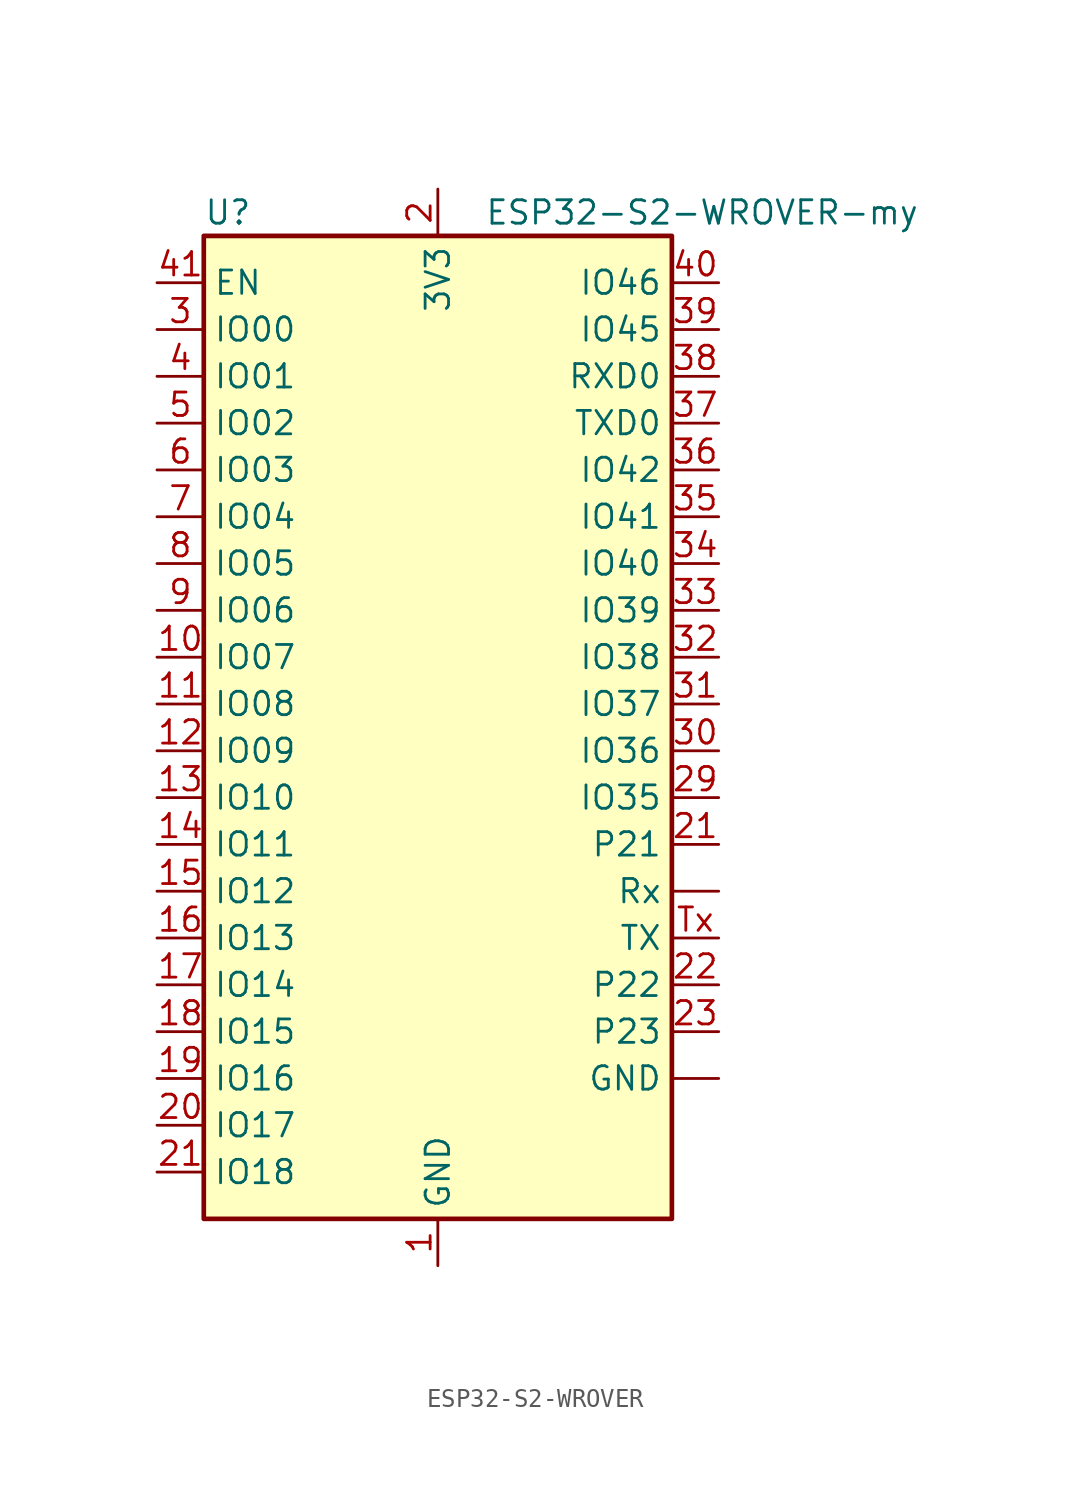
<source format=kicad_sym>
(kicad_symbol_lib
  (version 20241209)
  (generator "kicad_symbol_editor")
  (generator_version "9.0")
  (symbol "ESP32-S2-WROVER"
    (property "Reference" "U"
      (at -12.7 29.21 0)
      (effects (font (size 1.27 1.27)) (justify left)))
    (property "Value" "ESP32-S2-WROVER-my"
      (at 2.54 29.21 0)
      (effects (font (size 1.27 1.27)) (justify left)))
    (symbol "ESP32-S2-WROVER_0_1"
      (rectangle (start -12.7 27.94) (end 12.7 -25.4) (stroke (width 0.254) (type default)) (fill (type background))))
    (symbol "ESP32-S2-WROVER_1_1"
      (pin input line (at -15.24 25.4 0) (length 2.54) (name "EN" (effects (font (size 1.27 1.27)))) (number "41" (effects (font (size 1.27 1.27)))))
      (pin bidirectional line (at -15.24 22.86 0) (length 2.54) (name "IO00" (effects (font (size 1.27 1.27)))) (number "3" (effects (font (size 1.27 1.27)))))
      (pin bidirectional line (at -15.24 20.32 0) (length 2.54) (name "IO01" (effects (font (size 1.27 1.27)))) (number "4" (effects (font (size 1.27 1.27)))))
      (pin bidirectional line (at -15.24 17.78 0) (length 2.54) (name "IO02" (effects (font (size 1.27 1.27)))) (number "5" (effects (font (size 1.27 1.27)))))
      (pin bidirectional line (at -15.24 15.24 0) (length 2.54) (name "IO03" (effects (font (size 1.27 1.27)))) (number "6" (effects (font (size 1.27 1.27)))))
      (pin bidirectional line (at -15.24 12.7 0) (length 2.54) (name "IO04" (effects (font (size 1.27 1.27)))) (number "7" (effects (font (size 1.27 1.27)))))
      (pin bidirectional line (at -15.24 10.16 0) (length 2.54) (name "IO05" (effects (font (size 1.27 1.27)))) (number "8" (effects (font (size 1.27 1.27)))))
      (pin bidirectional line (at -15.24 7.62 0) (length 2.54) (name "IO06" (effects (font (size 1.27 1.27)))) (number "9" (effects (font (size 1.27 1.27)))))
      (pin bidirectional line (at -15.24 5.08 0) (length 2.54) (name "IO07" (effects (font (size 1.27 1.27)))) (number "10" (effects (font (size 1.27 1.27)))))
      (pin bidirectional line (at -15.24 2.54 0) (length 2.54) (name "IO08" (effects (font (size 1.27 1.27)))) (number "11" (effects (font (size 1.27 1.27)))))
      (pin bidirectional line (at -15.24 0 0) (length 2.54) (name "IO09" (effects (font (size 1.27 1.27)))) (number "12" (effects (font (size 1.27 1.27)))))
      (pin bidirectional line (at -15.24 -2.54 0) (length 2.54) (name "IO10" (effects (font (size 1.27 1.27)))) (number "13" (effects (font (size 1.27 1.27)))))
      (pin bidirectional line (at -15.24 -5.08 0) (length 2.54) (name "IO11" (effects (font (size 1.27 1.27)))) (number "14" (effects (font (size 1.27 1.27)))))
      (pin bidirectional line (at -15.24 -7.62 0) (length 2.54) (name "IO12" (effects (font (size 1.27 1.27)))) (number "15" (effects (font (size 1.27 1.27)))))
      (pin bidirectional line (at -15.24 -10.16 0) (length 2.54) (name "IO13" (effects (font (size 1.27 1.27)))) (number "16" (effects (font (size 1.27 1.27)))))
      (pin bidirectional line (at -15.24 -12.7 0) (length 2.54) (name "IO14" (effects (font (size 1.27 1.27)))) (number "17" (effects (font (size 1.27 1.27)))))
      (pin bidirectional line (at -15.24 -15.24 0) (length 2.54) (name "IO15" (effects (font (size 1.27 1.27)))) (number "18" (effects (font (size 1.27 1.27)))))
      (pin bidirectional line (at -15.24 -17.78 0) (length 2.54) (name "IO16" (effects (font (size 1.27 1.27)))) (number "19" (effects (font (size 1.27 1.27)))))
      (pin bidirectional line (at -15.24 -20.32 0) (length 2.54) (name "IO17" (effects (font (size 1.27 1.27)))) (number "20" (effects (font (size 1.27 1.27)))))
      (pin bidirectional line (at -15.24 -22.86 0) (length 2.54) (name "IO18" (effects (font (size 1.27 1.27)))) (number "21" (effects (font (size 1.27 1.27)))))
      (pin power_in line (at 0 30.48 270) (length 2.54) (name "3V3" (effects (font (size 1.27 1.27)))) (number "2" (effects (font (size 1.27 1.27)))))
      (pin power_in line (at 0 -27.94 90) (length 2.54) (name "GND" (effects (font (size 1.27 1.27)))) (number "1" (effects (font (size 1.27 1.27)))))
      (pin passive line (at 0 -27.94 90) (length 2.54) (hide yes) (name "GND" (effects (font (size 1.27 1.27)))) (number "26" (effects (font (size 1.27 1.27)))))
      (pin passive line (at 0 -27.94 90) (length 2.54) (hide yes) (name "GND" (effects (font (size 1.27 1.27)))) (number "42" (effects (font (size 1.27 1.27)))))
      (pin passive line (at 0 -27.94 90) (length 2.54) (hide yes) (name "GND" (effects (font (size 1.27 1.27)))) (number "43" (effects (font (size 1.27 1.27)))))
      (pin input line (at 15.24 25.4 180) (length 2.54) (name "IO46" (effects (font (size 1.27 1.27)))) (number "40" (effects (font (size 1.27 1.27)))))
      (pin bidirectional line (at 15.24 22.86 180) (length 2.54) (name "IO45" (effects (font (size 1.27 1.27)))) (number "39" (effects (font (size 1.27 1.27)))))
      (pin bidirectional line (at 15.24 20.32 180) (length 2.54) (name "RXD0" (effects (font (size 1.27 1.27)))) (number "38" (effects (font (size 1.27 1.27)))))
      (pin bidirectional line (at 15.24 17.78 180) (length 2.54) (name "TXD0" (effects (font (size 1.27 1.27)))) (number "37" (effects (font (size 1.27 1.27)))))
      (pin bidirectional line (at 15.24 15.24 180) (length 2.54) (name "IO42" (effects (font (size 1.27 1.27)))) (number "36" (effects (font (size 1.27 1.27)))))
      (pin bidirectional line (at 15.24 12.7 180) (length 2.54) (name "IO41" (effects (font (size 1.27 1.27)))) (number "35" (effects (font (size 1.27 1.27)))))
      (pin bidirectional line (at 15.24 10.16 180) (length 2.54) (name "IO40" (effects (font (size 1.27 1.27)))) (number "34" (effects (font (size 1.27 1.27)))))
      (pin bidirectional line (at 15.24 7.62 180) (length 2.54) (name "IO39" (effects (font (size 1.27 1.27)))) (number "33" (effects (font (size 1.27 1.27)))))
      (pin bidirectional line (at 15.24 5.08 180) (length 2.54) (name "IO38" (effects (font (size 1.27 1.27)))) (number "32" (effects (font (size 1.27 1.27)))))
      (pin bidirectional line (at 15.24 2.54 180) (length 2.54) (name "IO37" (effects (font (size 1.27 1.27)))) (number "31" (effects (font (size 1.27 1.27)))))
      (pin bidirectional line (at 15.24 0 180) (length 2.54) (name "IO36" (effects (font (size 1.27 1.27)))) (number "30" (effects (font (size 1.27 1.27)))))
      (pin bidirectional line (at 15.24 -2.54 180) (length 2.54) (name "IO35" (effects (font (size 1.27 1.27)))) (number "29" (effects (font (size 1.27 1.27)))))
      (pin bidirectional line (at 15.24 -5.08 180) (length 2.54) (name "P21" (effects (font (size 1.27 1.27)))) (number "21" (effects (font (size 1.27 1.27)))))
      (pin bidirectional line (at 15.24 -7.62 180) (length 2.54) (name "Rx" (effects (font (size 1.27 1.27)))) (number "" (effects (font (size 1.27 1.27)))))
      (pin bidirectional line (at 15.24 -10.16 180) (length 2.54) (name "TX" (effects (font (size 1.27 1.27)))) (number "Tx" (effects (font (size 1.27 1.27)))))
      (pin bidirectional line (at 15.24 -12.7 180) (length 2.54) (name "P22" (effects (font (size 1.27 1.27)))) (number "22" (effects (font (size 1.27 1.27)))))
      (pin bidirectional line (at 15.24 -15.24 180) (length 2.54) (name "P23" (effects (font (size 1.27 1.27)))) (number "23" (effects (font (size 1.27 1.27)))))
      (pin bidirectional line (at 15.24 -17.78 180) (length 2.54) (name "GND" (effects (font (size 1.27 1.27)))) (number "" (effects (font (size 1.27 1.27))))))))
</source>
